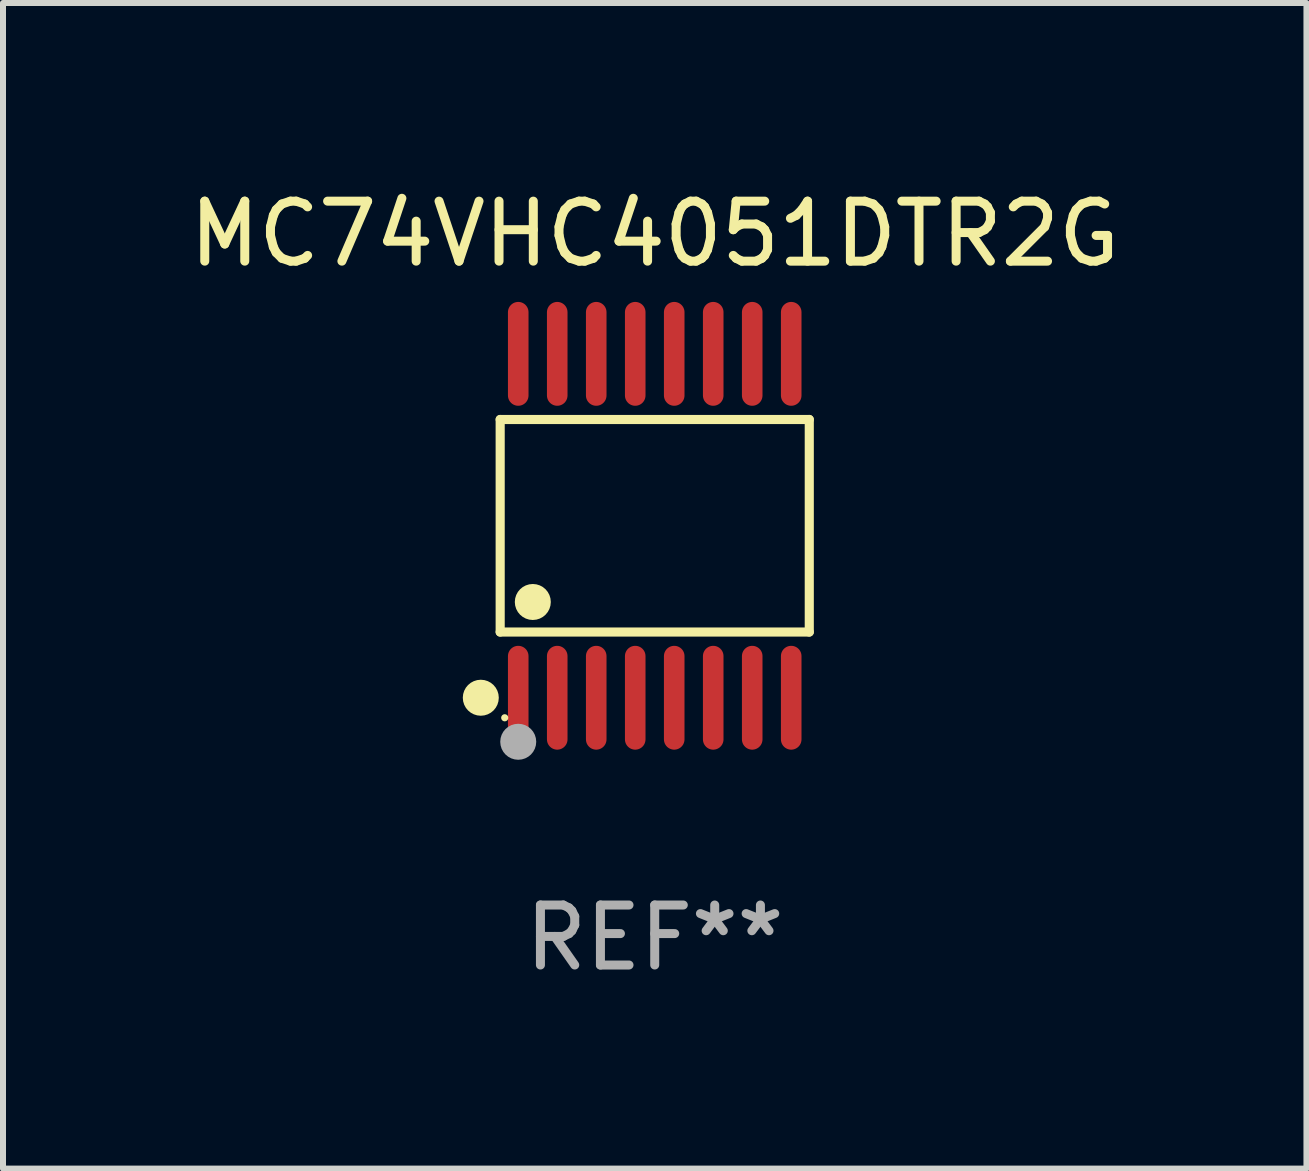
<source format=kicad_pcb>
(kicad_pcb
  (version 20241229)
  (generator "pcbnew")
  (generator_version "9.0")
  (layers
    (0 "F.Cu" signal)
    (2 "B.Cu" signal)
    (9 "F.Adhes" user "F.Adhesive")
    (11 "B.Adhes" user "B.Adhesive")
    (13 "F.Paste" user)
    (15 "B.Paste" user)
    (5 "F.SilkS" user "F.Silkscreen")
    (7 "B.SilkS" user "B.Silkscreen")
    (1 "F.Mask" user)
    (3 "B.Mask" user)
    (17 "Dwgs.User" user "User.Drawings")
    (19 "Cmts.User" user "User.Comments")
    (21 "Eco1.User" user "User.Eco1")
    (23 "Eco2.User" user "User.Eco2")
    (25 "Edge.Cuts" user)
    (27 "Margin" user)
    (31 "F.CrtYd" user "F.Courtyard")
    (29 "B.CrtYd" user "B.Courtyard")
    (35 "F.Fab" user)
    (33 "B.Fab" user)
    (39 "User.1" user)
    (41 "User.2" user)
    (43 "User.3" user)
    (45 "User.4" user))
  (footprint "MC74VHC4051DTR2G"
    (layer "F.Cu")
    (at 7.863 5.714)
    (property "Reference" "MC74VHC4051DTR2G" (at 0 -4.866 0) (layer "F.SilkS") (effects (font (size 1 1) (thickness 0.15))))
    (attr through_hole)
    (fp_line (start -2.576 -1.772) (end 2.576 -1.772) (stroke (width 0.152) (type solid)) (layer "F.SilkS"))
    (fp_line (start -2.576 1.771) (end -2.576 -1.772) (stroke (width 0.152) (type solid)) (layer "F.SilkS"))
    (fp_line (start 2.576 -1.772) (end 2.576 1.771) (stroke (width 0.152) (type solid)) (layer "F.SilkS"))
    (fp_line (start 2.576 1.771) (end -2.576 1.771) (stroke (width 0.152) (type solid)) (layer "F.SilkS"))
    (fp_circle (center -2.899 2.866) (end -2.749 2.866) (stroke (width 0.3) (type solid)) (fill no) (layer "F.SilkS"))
    (fp_circle (center -2.5 3.2) (end -2.47 3.2) (stroke (width 0.06) (type solid)) (fill no) (layer "F.SilkS"))
    (fp_circle (center -2.032 1.27) (end -1.882 1.27) (stroke (width 0.3) (type solid)) (fill no) (layer "F.SilkS"))
    (fp_circle (center -2.275 3.6) (end -2.125 3.6) (stroke (width 0.3) (type solid)) (fill no) (layer "F.Fab"))
    (fp_text user "REF**" (at 0 6.866 0) (layer "F.Fab") (effects (font (size 1 1) (thickness 0.15))))
    (pad "1" smd oval (at -2.275 2.866) (size 0.343 1.731) (layers "F.Cu" "F.Mask" "F.Paste"))
    (pad "2" smd oval (at -1.625 2.866) (size 0.343 1.731) (layers "F.Cu" "F.Mask" "F.Paste"))
    (pad "3" smd oval (at -0.975 2.866) (size 0.343 1.731) (layers "F.Cu" "F.Mask" "F.Paste"))
    (pad "4" smd oval (at -0.325 2.866) (size 0.343 1.731) (layers "F.Cu" "F.Mask" "F.Paste"))
    (pad "5" smd oval (at 0.325 2.866) (size 0.343 1.731) (layers "F.Cu" "F.Mask" "F.Paste"))
    (pad "6" smd oval (at 0.975 2.866) (size 0.343 1.731) (layers "F.Cu" "F.Mask" "F.Paste"))
    (pad "7" smd oval (at 1.625 2.866) (size 0.343 1.731) (layers "F.Cu" "F.Mask" "F.Paste"))
    (pad "8" smd oval (at 2.275 2.866) (size 0.343 1.731) (layers "F.Cu" "F.Mask" "F.Paste"))
    (pad "9" smd oval (at 2.275 -2.866) (size 0.343 1.731) (layers "F.Cu" "F.Mask" "F.Paste"))
    (pad "10" smd oval (at 1.625 -2.866) (size 0.343 1.731) (layers "F.Cu" "F.Mask" "F.Paste"))
    (pad "11" smd oval (at 0.975 -2.866) (size 0.343 1.731) (layers "F.Cu" "F.Mask" "F.Paste"))
    (pad "12" smd oval (at 0.325 -2.866) (size 0.343 1.731) (layers "F.Cu" "F.Mask" "F.Paste"))
    (pad "13" smd oval (at -0.325 -2.866) (size 0.343 1.731) (layers "F.Cu" "F.Mask" "F.Paste"))
    (pad "14" smd oval (at -0.975 -2.866) (size 0.343 1.731) (layers "F.Cu" "F.Mask" "F.Paste"))
    (pad "15" smd oval (at -1.625 -2.866) (size 0.343 1.731) (layers "F.Cu" "F.Mask" "F.Paste"))
    (pad "16" smd oval (at -2.275 -2.866) (size 0.343 1.731) (layers "F.Cu" "F.Mask" "F.Paste")))
  (gr_rect
    (start -3 -3)
    (end 18.726 16.428)
    (stroke (width 0.1) (type default))
    (fill no)
    (layer "Edge.Cuts")))
</source>
